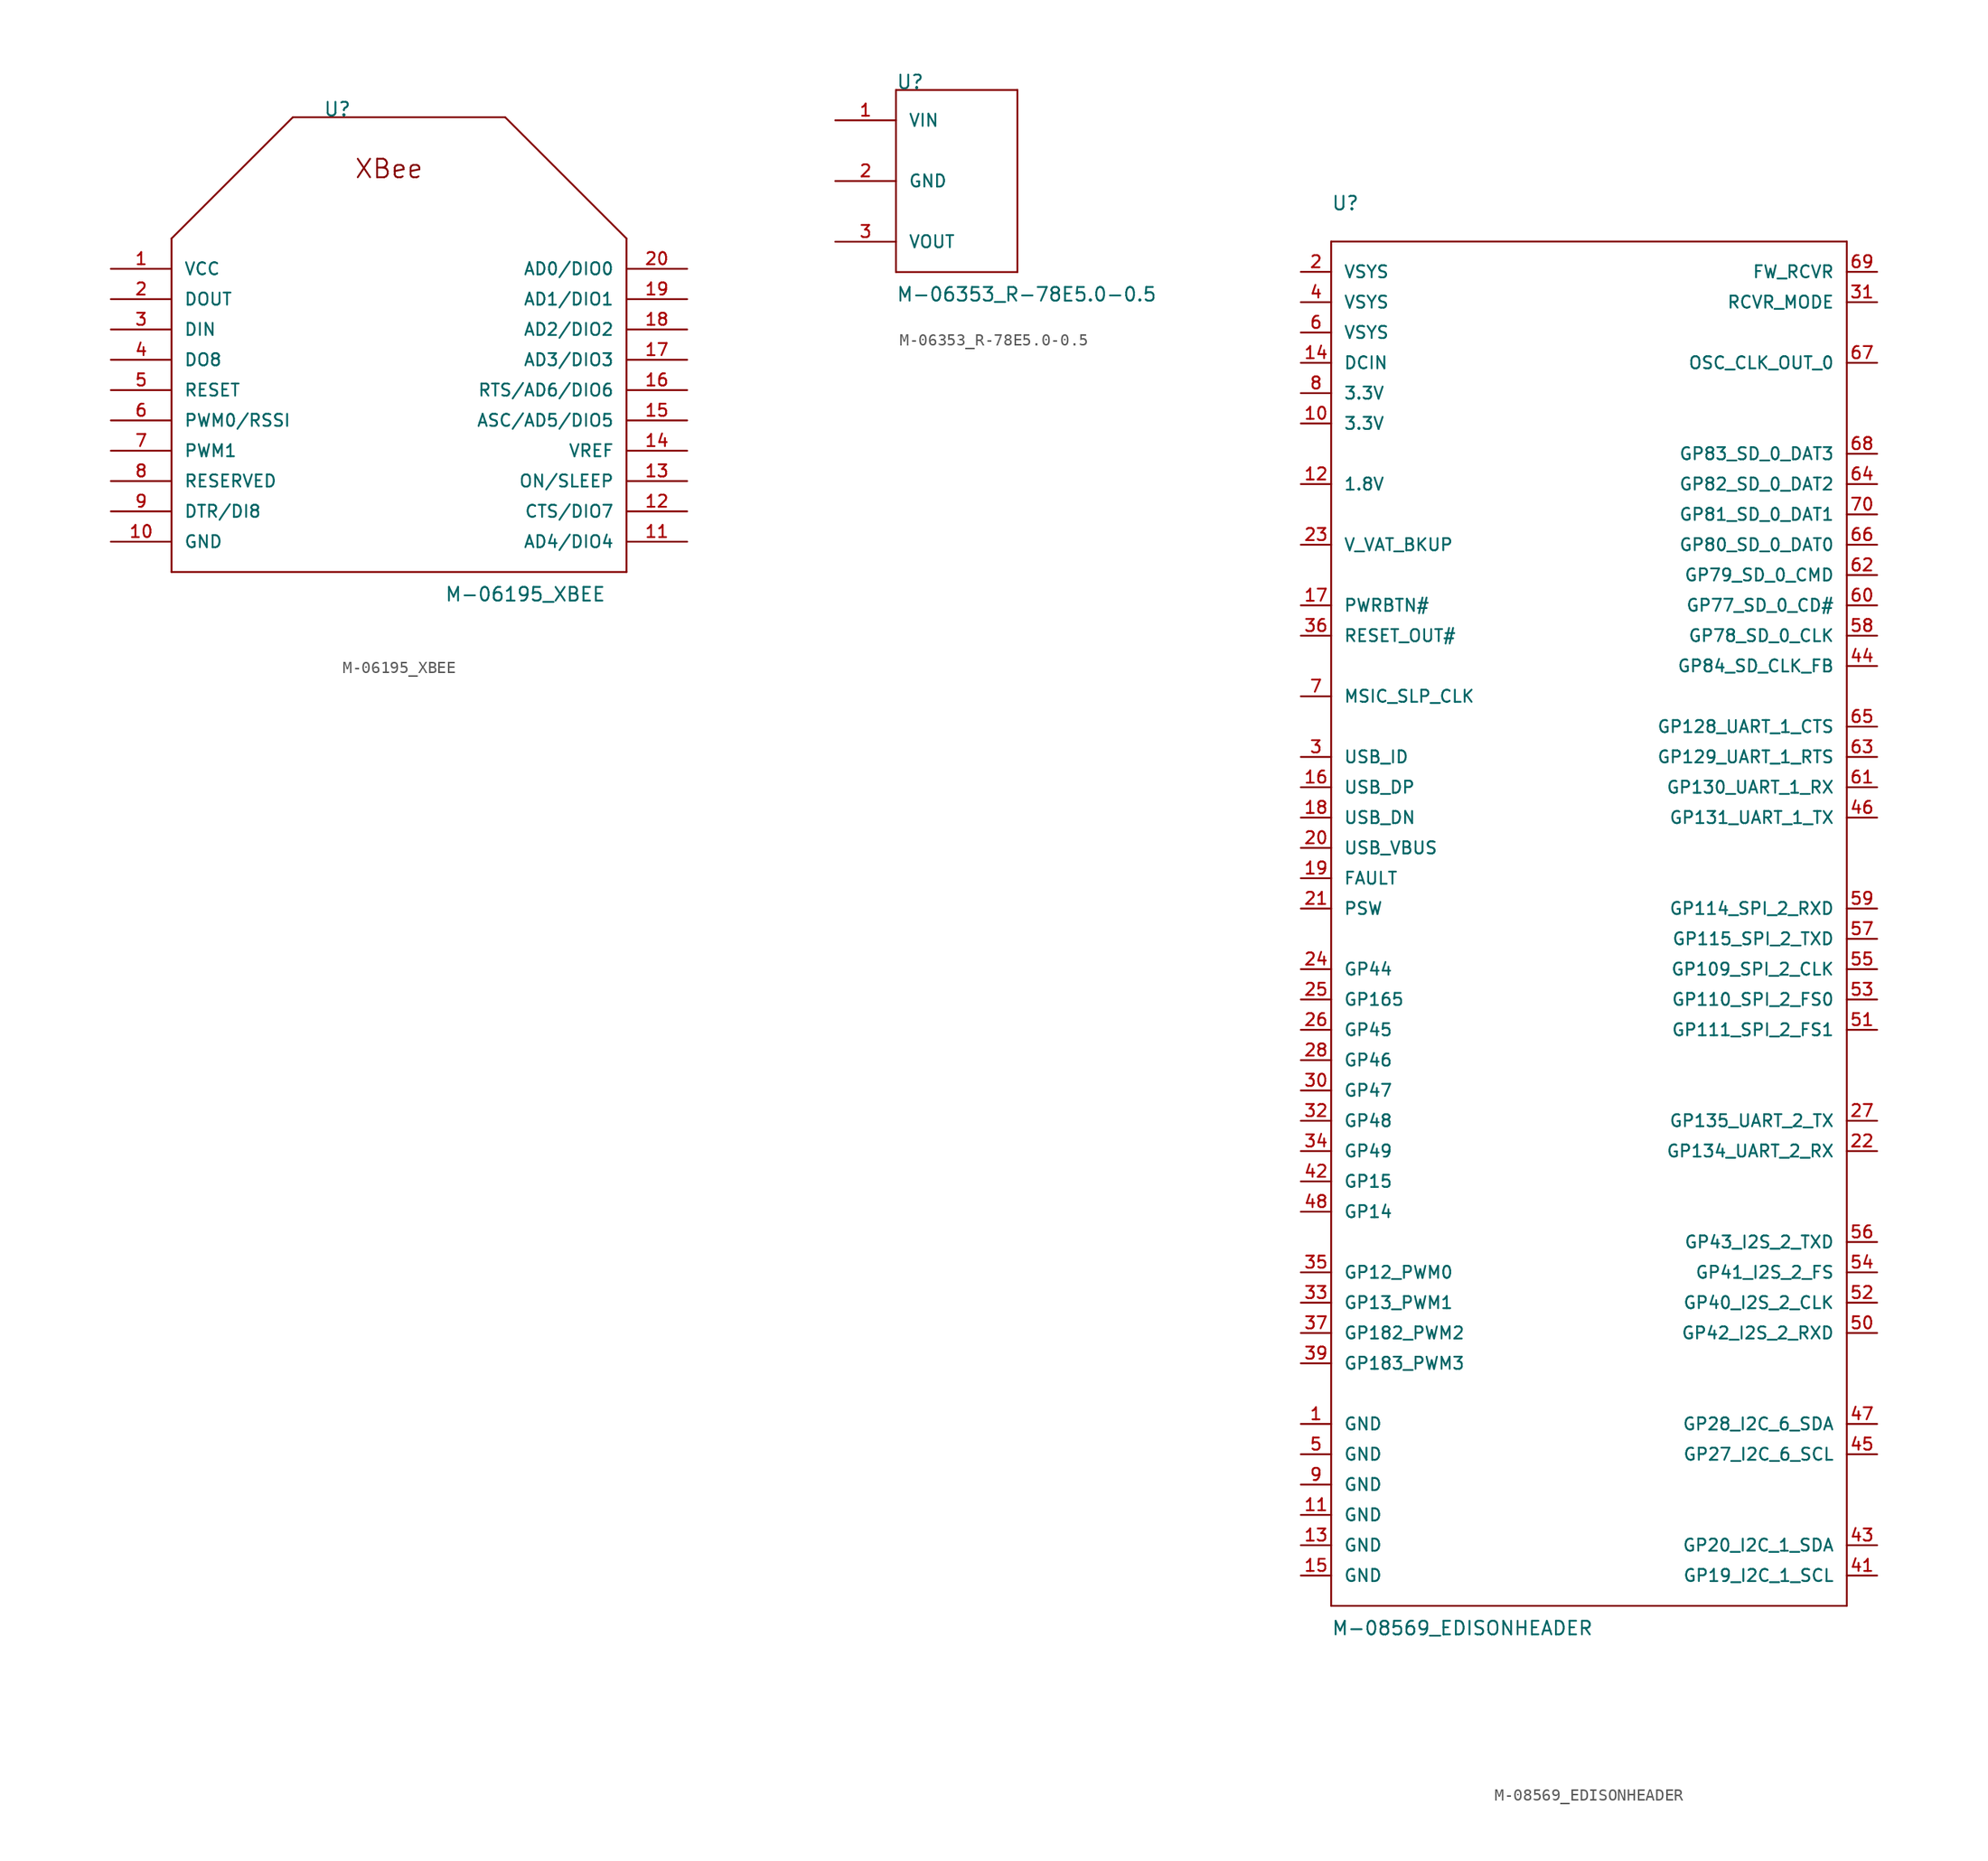
<source format=kicad_sym>
(kicad_symbol_lib
  (version 20211014)
  (generator kicad_symbol_editor)
  (symbol "M-06195_XBEE"
    (pin_names
      (offset 1.016))
    (property "Reference" "U"
      (at -5.08 22.86 0)
      (effects (font (size 1.143 1.143)) (justify left bottom)))
    (property "Value" "M-06195_XBEE"
      (at 5.08 -17.78 0)
      (effects (font (size 1.143 1.143)) (justify left bottom)))
    (property "ki_locked" ""
      (at 0 0 0)
      (effects (font (size 1.27 1.27))))
    (symbol "M-06195_XBEE_1_0"
      (polyline (pts (xy -17.78 -15.24) (xy 20.32 -15.24)) (stroke (width 0) (type default) (color 0 0 0 0)) (fill (type none)))
      (polyline (pts (xy -17.78 12.7) (xy -17.78 -15.24)) (stroke (width 0) (type default) (color 0 0 0 0)) (fill (type none)))
      (polyline (pts (xy -7.62 22.86) (xy -17.78 12.7)) (stroke (width 0) (type default) (color 0 0 0 0)) (fill (type none)))
      (polyline (pts (xy 10.16 22.86) (xy -7.62 22.86)) (stroke (width 0) (type default) (color 0 0 0 0)) (fill (type none)))
      (polyline (pts (xy 20.32 -15.24) (xy 20.32 12.7)) (stroke (width 0) (type default) (color 0 0 0 0)) (fill (type none)))
      (polyline (pts (xy 20.32 12.7) (xy 10.16 22.86)) (stroke (width 0) (type default) (color 0 0 0 0)) (fill (type none)))
      (text "XBee" (at 0.432 18.542 0) (effects (font (size 1.549 1.549)))))
    (symbol "M-06195_XBEE_1_1"
      (pin power_out line (at -22.86 10.16 0) (length 5.08) (name "VCC" (effects (font (size 1.016 1.016)))) (number "1" (effects (font (size 1.016 1.016)))))
      (pin power_out line (at -22.86 -12.7 0) (length 5.08) (name "GND" (effects (font (size 1.016 1.016)))) (number "10" (effects (font (size 1.016 1.016)))))
      (pin bidirectional line (at 25.4 -12.7 180) (length 5.08) (name "AD4/DIO4" (effects (font (size 1.016 1.016)))) (number "11" (effects (font (size 1.016 1.016)))))
      (pin bidirectional line (at 25.4 -10.16 180) (length 5.08) (name "CTS/DIO7" (effects (font (size 1.016 1.016)))) (number "12" (effects (font (size 1.016 1.016)))))
      (pin output line (at 25.4 -7.62 180) (length 5.08) (name "ON/SLEEP" (effects (font (size 1.016 1.016)))) (number "13" (effects (font (size 1.016 1.016)))))
      (pin input line (at 25.4 -5.08 180) (length 5.08) (name "VREF" (effects (font (size 1.016 1.016)))) (number "14" (effects (font (size 1.016 1.016)))))
      (pin bidirectional line (at 25.4 -2.54 180) (length 5.08) (name "ASC/AD5/DIO5" (effects (font (size 1.016 1.016)))) (number "15" (effects (font (size 1.016 1.016)))))
      (pin bidirectional line (at 25.4 0 180) (length 5.08) (name "RTS/AD6/DIO6" (effects (font (size 1.016 1.016)))) (number "16" (effects (font (size 1.016 1.016)))))
      (pin bidirectional line (at 25.4 2.54 180) (length 5.08) (name "AD3/DIO3" (effects (font (size 1.016 1.016)))) (number "17" (effects (font (size 1.016 1.016)))))
      (pin bidirectional line (at 25.4 5.08 180) (length 5.08) (name "AD2/DIO2" (effects (font (size 1.016 1.016)))) (number "18" (effects (font (size 1.016 1.016)))))
      (pin bidirectional line (at 25.4 7.62 180) (length 5.08) (name "AD1/DIO1" (effects (font (size 1.016 1.016)))) (number "19" (effects (font (size 1.016 1.016)))))
      (pin output line (at -22.86 7.62 0) (length 5.08) (name "DOUT" (effects (font (size 1.016 1.016)))) (number "2" (effects (font (size 1.016 1.016)))))
      (pin bidirectional line (at 25.4 10.16 180) (length 5.08) (name "AD0/DIO0" (effects (font (size 1.016 1.016)))) (number "20" (effects (font (size 1.016 1.016)))))
      (pin input line (at -22.86 5.08 0) (length 5.08) (name "DIN" (effects (font (size 1.016 1.016)))) (number "3" (effects (font (size 1.016 1.016)))))
      (pin output line (at -22.86 2.54 0) (length 5.08) (name "DO8" (effects (font (size 1.016 1.016)))) (number "4" (effects (font (size 1.016 1.016)))))
      (pin input line (at -22.86 0 0) (length 5.08) (name "RESET" (effects (font (size 1.016 1.016)))) (number "5" (effects (font (size 1.016 1.016)))))
      (pin output line (at -22.86 -2.54 0) (length 5.08) (name "PWM0/RSSI" (effects (font (size 1.016 1.016)))) (number "6" (effects (font (size 1.016 1.016)))))
      (pin output line (at -22.86 -5.08 0) (length 5.08) (name "PWM1" (effects (font (size 1.016 1.016)))) (number "7" (effects (font (size 1.016 1.016)))))
      (pin unspecified line (at -22.86 -7.62 0) (length 5.08) (name "RESERVED" (effects (font (size 1.016 1.016)))) (number "8" (effects (font (size 1.016 1.016)))))
      (pin input line (at -22.86 -10.16 0) (length 5.08) (name "DTR/DI8" (effects (font (size 1.016 1.016)))) (number "9" (effects (font (size 1.016 1.016)))))))
  (symbol "M-06353_R-78E5.0-0.5"
    (pin_names
      (offset 1.016))
    (property "Reference" "U"
      (at -2.54 2.54 0)
      (effects (font (size 1.143 1.143)) (justify left bottom)))
    (property "Value" "M-06353_R-78E5.0-0.5"
      (at -2.54 -15.24 0)
      (effects (font (size 1.143 1.143)) (justify left bottom)))
    (property "ki_locked" ""
      (at 0 0 0)
      (effects (font (size 1.27 1.27))))
    (symbol "M-06353_R-78E5.0-0.5_1_0"
      (polyline (pts (xy -2.54 -12.7) (xy -2.54 2.54)) (stroke (width 0) (type default) (color 0 0 0 0)) (fill (type none)))
      (polyline (pts (xy -2.54 2.54) (xy 7.62 2.54)) (stroke (width 0) (type default) (color 0 0 0 0)) (fill (type none)))
      (polyline (pts (xy 7.62 -12.7) (xy -2.54 -12.7)) (stroke (width 0) (type default) (color 0 0 0 0)) (fill (type none)))
      (polyline (pts (xy 7.62 2.54) (xy 7.62 -12.7)) (stroke (width 0) (type default) (color 0 0 0 0)) (fill (type none))))
    (symbol "M-06353_R-78E5.0-0.5_1_1"
      (pin bidirectional line (at -7.62 0 0) (length 5.08) (name "VIN" (effects (font (size 1.016 1.016)))) (number "1" (effects (font (size 1.016 1.016)))))
      (pin bidirectional line (at -7.62 -5.08 0) (length 5.08) (name "GND" (effects (font (size 1.016 1.016)))) (number "2" (effects (font (size 1.016 1.016)))))
      (pin bidirectional line (at -7.62 -10.16 0) (length 5.08) (name "VOUT" (effects (font (size 1.016 1.016)))) (number "3" (effects (font (size 1.016 1.016)))))))
  (symbol "M-08569_EDISONHEADER"
    (pin_names
      (offset 1.016))
    (property "Reference" "U"
      (at -2.54 33.02 0)
      (effects (font (size 1.143 1.143)) (justify left bottom)))
    (property "Value" "M-08569_EDISONHEADER"
      (at -2.54 -86.36 0)
      (effects (font (size 1.143 1.143)) (justify left bottom)))
    (property "ki_locked" ""
      (at 0 0 0)
      (effects (font (size 1.27 1.27))))
    (symbol "M-08569_EDISONHEADER_1_0"
      (polyline (pts (xy -2.54 -83.82) (xy -2.54 30.48)) (stroke (width 0) (type default) (color 0 0 0 0)) (fill (type none)))
      (polyline (pts (xy -2.54 30.48) (xy 40.64 30.48)) (stroke (width 0) (type default) (color 0 0 0 0)) (fill (type none)))
      (polyline (pts (xy 40.64 -83.82) (xy -2.54 -83.82)) (stroke (width 0) (type default) (color 0 0 0 0)) (fill (type none)))
      (polyline (pts (xy 40.64 30.48) (xy 40.64 -83.82)) (stroke (width 0) (type default) (color 0 0 0 0)) (fill (type none))))
    (symbol "M-08569_EDISONHEADER_1_1"
      (pin bidirectional line (at -5.08 -68.58 0) (length 2.54) (name "GND" (effects (font (size 1.016 1.016)))) (number "1" (effects (font (size 1.016 1.016)))))
      (pin bidirectional line (at -5.08 15.24 0) (length 2.54) (name "3.3V" (effects (font (size 1.016 1.016)))) (number "10" (effects (font (size 1.016 1.016)))))
      (pin bidirectional line (at -5.08 -76.2 0) (length 2.54) (name "GND" (effects (font (size 1.016 1.016)))) (number "11" (effects (font (size 1.016 1.016)))))
      (pin bidirectional line (at -5.08 10.16 0) (length 2.54) (name "1.8V" (effects (font (size 1.016 1.016)))) (number "12" (effects (font (size 1.016 1.016)))))
      (pin bidirectional line (at -5.08 -78.74 0) (length 2.54) (name "GND" (effects (font (size 1.016 1.016)))) (number "13" (effects (font (size 1.016 1.016)))))
      (pin bidirectional line (at -5.08 20.32 0) (length 2.54) (name "DCIN" (effects (font (size 1.016 1.016)))) (number "14" (effects (font (size 1.016 1.016)))))
      (pin bidirectional line (at -5.08 -81.28 0) (length 2.54) (name "GND" (effects (font (size 1.016 1.016)))) (number "15" (effects (font (size 1.016 1.016)))))
      (pin bidirectional line (at -5.08 -15.24 0) (length 2.54) (name "USB_DP" (effects (font (size 1.016 1.016)))) (number "16" (effects (font (size 1.016 1.016)))))
      (pin bidirectional line (at -5.08 0 0) (length 2.54) (name "PWRBTN#" (effects (font (size 1.016 1.016)))) (number "17" (effects (font (size 1.016 1.016)))))
      (pin bidirectional line (at -5.08 -17.78 0) (length 2.54) (name "USB_DN" (effects (font (size 1.016 1.016)))) (number "18" (effects (font (size 1.016 1.016)))))
      (pin bidirectional line (at -5.08 -22.86 0) (length 2.54) (name "FAULT" (effects (font (size 1.016 1.016)))) (number "19" (effects (font (size 1.016 1.016)))))
      (pin bidirectional line (at -5.08 27.94 0) (length 2.54) (name "VSYS" (effects (font (size 1.016 1.016)))) (number "2" (effects (font (size 1.016 1.016)))))
      (pin bidirectional line (at -5.08 -20.32 0) (length 2.54) (name "USB_VBUS" (effects (font (size 1.016 1.016)))) (number "20" (effects (font (size 1.016 1.016)))))
      (pin bidirectional line (at -5.08 -25.4 0) (length 2.54) (name "PSW" (effects (font (size 1.016 1.016)))) (number "21" (effects (font (size 1.016 1.016)))))
      (pin bidirectional line (at 43.18 -45.72 180) (length 2.54) (name "GP134_UART_2_RX" (effects (font (size 1.016 1.016)))) (number "22" (effects (font (size 1.016 1.016)))))
      (pin bidirectional line (at -5.08 5.08 0) (length 2.54) (name "V_VAT_BKUP" (effects (font (size 1.016 1.016)))) (number "23" (effects (font (size 1.016 1.016)))))
      (pin bidirectional line (at -5.08 -30.48 0) (length 2.54) (name "GP44" (effects (font (size 1.016 1.016)))) (number "24" (effects (font (size 1.016 1.016)))))
      (pin bidirectional line (at -5.08 -33.02 0) (length 2.54) (name "GP165" (effects (font (size 1.016 1.016)))) (number "25" (effects (font (size 1.016 1.016)))))
      (pin bidirectional line (at -5.08 -35.56 0) (length 2.54) (name "GP45" (effects (font (size 1.016 1.016)))) (number "26" (effects (font (size 1.016 1.016)))))
      (pin bidirectional line (at 43.18 -43.18 180) (length 2.54) (name "GP135_UART_2_TX" (effects (font (size 1.016 1.016)))) (number "27" (effects (font (size 1.016 1.016)))))
      (pin bidirectional line (at -5.08 -38.1 0) (length 2.54) (name "GP46" (effects (font (size 1.016 1.016)))) (number "28" (effects (font (size 1.016 1.016)))))
      (pin bidirectional line (at -5.08 -12.7 0) (length 2.54) (name "USB_ID" (effects (font (size 1.016 1.016)))) (number "3" (effects (font (size 1.016 1.016)))))
      (pin bidirectional line (at -5.08 -40.64 0) (length 2.54) (name "GP47" (effects (font (size 1.016 1.016)))) (number "30" (effects (font (size 1.016 1.016)))))
      (pin bidirectional line (at 43.18 25.4 180) (length 2.54) (name "RCVR_MODE" (effects (font (size 1.016 1.016)))) (number "31" (effects (font (size 1.016 1.016)))))
      (pin bidirectional line (at -5.08 -43.18 0) (length 2.54) (name "GP48" (effects (font (size 1.016 1.016)))) (number "32" (effects (font (size 1.016 1.016)))))
      (pin bidirectional line (at -5.08 -58.42 0) (length 2.54) (name "GP13_PWM1" (effects (font (size 1.016 1.016)))) (number "33" (effects (font (size 1.016 1.016)))))
      (pin bidirectional line (at -5.08 -45.72 0) (length 2.54) (name "GP49" (effects (font (size 1.016 1.016)))) (number "34" (effects (font (size 1.016 1.016)))))
      (pin bidirectional line (at -5.08 -55.88 0) (length 2.54) (name "GP12_PWM0" (effects (font (size 1.016 1.016)))) (number "35" (effects (font (size 1.016 1.016)))))
      (pin bidirectional line (at -5.08 -2.54 0) (length 2.54) (name "RESET_OUT#" (effects (font (size 1.016 1.016)))) (number "36" (effects (font (size 1.016 1.016)))))
      (pin bidirectional line (at -5.08 -60.96 0) (length 2.54) (name "GP182_PWM2" (effects (font (size 1.016 1.016)))) (number "37" (effects (font (size 1.016 1.016)))))
      (pin bidirectional line (at -5.08 -63.5 0) (length 2.54) (name "GP183_PWM3" (effects (font (size 1.016 1.016)))) (number "39" (effects (font (size 1.016 1.016)))))
      (pin bidirectional line (at -5.08 25.4 0) (length 2.54) (name "VSYS" (effects (font (size 1.016 1.016)))) (number "4" (effects (font (size 1.016 1.016)))))
      (pin bidirectional line (at 43.18 -81.28 180) (length 2.54) (name "GP19_I2C_1_SCL" (effects (font (size 1.016 1.016)))) (number "41" (effects (font (size 1.016 1.016)))))
      (pin bidirectional line (at -5.08 -48.26 0) (length 2.54) (name "GP15" (effects (font (size 1.016 1.016)))) (number "42" (effects (font (size 1.016 1.016)))))
      (pin bidirectional line (at 43.18 -78.74 180) (length 2.54) (name "GP20_I2C_1_SDA" (effects (font (size 1.016 1.016)))) (number "43" (effects (font (size 1.016 1.016)))))
      (pin bidirectional line (at 43.18 -5.08 180) (length 2.54) (name "GP84_SD_CLK_FB" (effects (font (size 1.016 1.016)))) (number "44" (effects (font (size 1.016 1.016)))))
      (pin bidirectional line (at 43.18 -71.12 180) (length 2.54) (name "GP27_I2C_6_SCL" (effects (font (size 1.016 1.016)))) (number "45" (effects (font (size 1.016 1.016)))))
      (pin bidirectional line (at 43.18 -17.78 180) (length 2.54) (name "GP131_UART_1_TX" (effects (font (size 1.016 1.016)))) (number "46" (effects (font (size 1.016 1.016)))))
      (pin bidirectional line (at 43.18 -68.58 180) (length 2.54) (name "GP28_I2C_6_SDA" (effects (font (size 1.016 1.016)))) (number "47" (effects (font (size 1.016 1.016)))))
      (pin bidirectional line (at -5.08 -50.8 0) (length 2.54) (name "GP14" (effects (font (size 1.016 1.016)))) (number "48" (effects (font (size 1.016 1.016)))))
      (pin bidirectional line (at -5.08 -71.12 0) (length 2.54) (name "GND" (effects (font (size 1.016 1.016)))) (number "5" (effects (font (size 1.016 1.016)))))
      (pin bidirectional line (at 43.18 -60.96 180) (length 2.54) (name "GP42_I2S_2_RXD" (effects (font (size 1.016 1.016)))) (number "50" (effects (font (size 1.016 1.016)))))
      (pin bidirectional line (at 43.18 -35.56 180) (length 2.54) (name "GP111_SPI_2_FS1" (effects (font (size 1.016 1.016)))) (number "51" (effects (font (size 1.016 1.016)))))
      (pin bidirectional line (at 43.18 -58.42 180) (length 2.54) (name "GP40_I2S_2_CLK" (effects (font (size 1.016 1.016)))) (number "52" (effects (font (size 1.016 1.016)))))
      (pin bidirectional line (at 43.18 -33.02 180) (length 2.54) (name "GP110_SPI_2_FS0" (effects (font (size 1.016 1.016)))) (number "53" (effects (font (size 1.016 1.016)))))
      (pin bidirectional line (at 43.18 -55.88 180) (length 2.54) (name "GP41_I2S_2_FS" (effects (font (size 1.016 1.016)))) (number "54" (effects (font (size 1.016 1.016)))))
      (pin bidirectional line (at 43.18 -30.48 180) (length 2.54) (name "GP109_SPI_2_CLK" (effects (font (size 1.016 1.016)))) (number "55" (effects (font (size 1.016 1.016)))))
      (pin bidirectional line (at 43.18 -53.34 180) (length 2.54) (name "GP43_I2S_2_TXD" (effects (font (size 1.016 1.016)))) (number "56" (effects (font (size 1.016 1.016)))))
      (pin bidirectional line (at 43.18 -27.94 180) (length 2.54) (name "GP115_SPI_2_TXD" (effects (font (size 1.016 1.016)))) (number "57" (effects (font (size 1.016 1.016)))))
      (pin bidirectional line (at 43.18 -2.54 180) (length 2.54) (name "GP78_SD_0_CLK" (effects (font (size 1.016 1.016)))) (number "58" (effects (font (size 1.016 1.016)))))
      (pin bidirectional line (at 43.18 -25.4 180) (length 2.54) (name "GP114_SPI_2_RXD" (effects (font (size 1.016 1.016)))) (number "59" (effects (font (size 1.016 1.016)))))
      (pin bidirectional line (at -5.08 22.86 0) (length 2.54) (name "VSYS" (effects (font (size 1.016 1.016)))) (number "6" (effects (font (size 1.016 1.016)))))
      (pin bidirectional line (at 43.18 0 180) (length 2.54) (name "GP77_SD_0_CD#" (effects (font (size 1.016 1.016)))) (number "60" (effects (font (size 1.016 1.016)))))
      (pin bidirectional line (at 43.18 -15.24 180) (length 2.54) (name "GP130_UART_1_RX" (effects (font (size 1.016 1.016)))) (number "61" (effects (font (size 1.016 1.016)))))
      (pin bidirectional line (at 43.18 2.54 180) (length 2.54) (name "GP79_SD_0_CMD" (effects (font (size 1.016 1.016)))) (number "62" (effects (font (size 1.016 1.016)))))
      (pin bidirectional line (at 43.18 -12.7 180) (length 2.54) (name "GP129_UART_1_RTS" (effects (font (size 1.016 1.016)))) (number "63" (effects (font (size 1.016 1.016)))))
      (pin bidirectional line (at 43.18 10.16 180) (length 2.54) (name "GP82_SD_0_DAT2" (effects (font (size 1.016 1.016)))) (number "64" (effects (font (size 1.016 1.016)))))
      (pin bidirectional line (at 43.18 -10.16 180) (length 2.54) (name "GP128_UART_1_CTS" (effects (font (size 1.016 1.016)))) (number "65" (effects (font (size 1.016 1.016)))))
      (pin bidirectional line (at 43.18 5.08 180) (length 2.54) (name "GP80_SD_0_DAT0" (effects (font (size 1.016 1.016)))) (number "66" (effects (font (size 1.016 1.016)))))
      (pin bidirectional line (at 43.18 20.32 180) (length 2.54) (name "OSC_CLK_OUT_0" (effects (font (size 1.016 1.016)))) (number "67" (effects (font (size 1.016 1.016)))))
      (pin bidirectional line (at 43.18 12.7 180) (length 2.54) (name "GP83_SD_0_DAT3" (effects (font (size 1.016 1.016)))) (number "68" (effects (font (size 1.016 1.016)))))
      (pin bidirectional line (at 43.18 27.94 180) (length 2.54) (name "FW_RCVR" (effects (font (size 1.016 1.016)))) (number "69" (effects (font (size 1.016 1.016)))))
      (pin bidirectional line (at -5.08 -7.62 0) (length 2.54) (name "MSIC_SLP_CLK" (effects (font (size 1.016 1.016)))) (number "7" (effects (font (size 1.016 1.016)))))
      (pin bidirectional line (at 43.18 7.62 180) (length 2.54) (name "GP81_SD_0_DAT1" (effects (font (size 1.016 1.016)))) (number "70" (effects (font (size 1.016 1.016)))))
      (pin bidirectional line (at -5.08 17.78 0) (length 2.54) (name "3.3V" (effects (font (size 1.016 1.016)))) (number "8" (effects (font (size 1.016 1.016)))))
      (pin bidirectional line (at -5.08 -73.66 0) (length 2.54) (name "GND" (effects (font (size 1.016 1.016)))) (number "9" (effects (font (size 1.016 1.016))))))))
</source>
